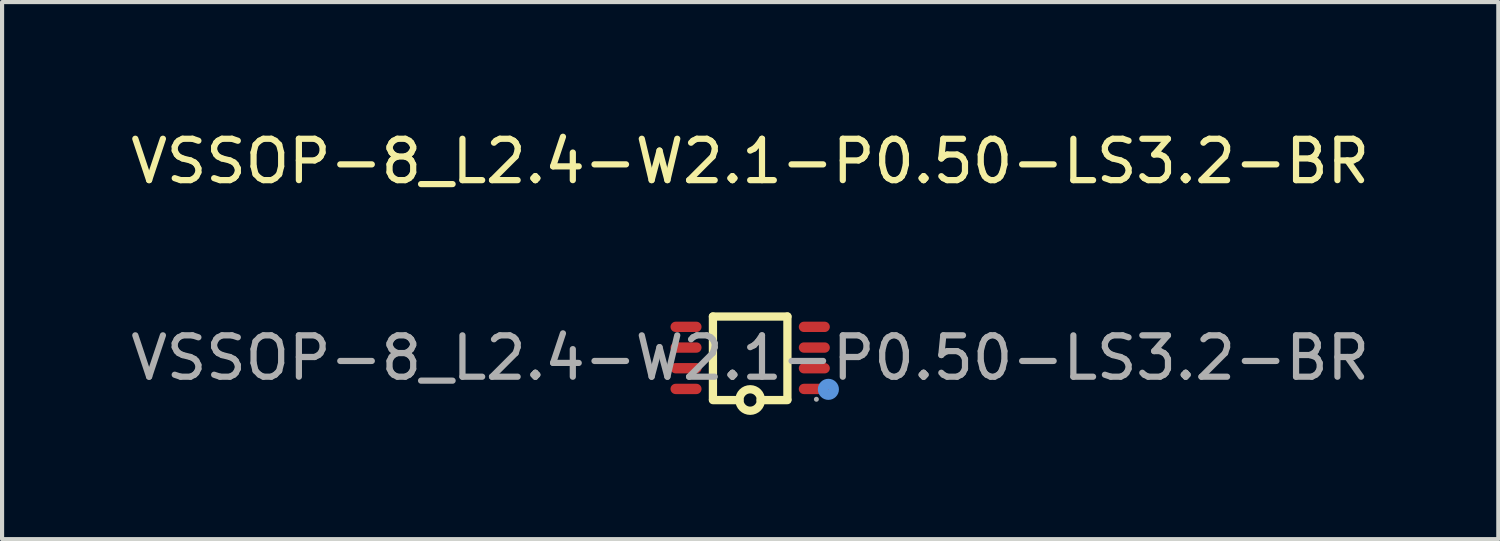
<source format=kicad_pcb>
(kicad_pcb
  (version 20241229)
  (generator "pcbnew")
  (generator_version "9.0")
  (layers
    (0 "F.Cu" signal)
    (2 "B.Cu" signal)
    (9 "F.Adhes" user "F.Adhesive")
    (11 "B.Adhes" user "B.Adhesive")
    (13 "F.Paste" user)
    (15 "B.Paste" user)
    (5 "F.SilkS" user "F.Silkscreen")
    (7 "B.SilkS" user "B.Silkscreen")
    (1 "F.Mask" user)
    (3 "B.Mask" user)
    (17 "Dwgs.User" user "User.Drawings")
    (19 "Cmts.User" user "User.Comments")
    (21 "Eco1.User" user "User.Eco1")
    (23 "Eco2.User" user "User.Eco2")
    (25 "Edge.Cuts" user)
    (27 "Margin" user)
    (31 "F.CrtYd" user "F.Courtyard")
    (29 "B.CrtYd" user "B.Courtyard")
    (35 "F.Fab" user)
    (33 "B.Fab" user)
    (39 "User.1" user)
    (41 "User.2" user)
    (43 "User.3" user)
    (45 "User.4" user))
  (footprint "VSSOP-8_L2.4-W2.1-P0.50-LS3.2-BR"
    (layer "F.Cu")
    (at 15.077 5.598)
    (property "Reference" "VSSOP-8_L2.4-W2.1-P0.50-LS3.2-BR" (at 0 -4.75 0) (layer "F.SilkS") (effects (font (size 1 1) (thickness 0.15))))
    (attr smd)
    (fp_line (start -0.9 -1) (end -0.9 1) (stroke (width 0.2) (type solid)) (layer "F.SilkS"))
    (fp_line (start -0.26 1.02) (end -0.9 1.02) (stroke (width 0.2) (type solid)) (layer "F.SilkS"))
    (fp_line (start 0.25 1.02) (end 0.9 1.02) (stroke (width 0.2) (type solid)) (layer "F.SilkS"))
    (fp_line (start 0.9 -1) (end -0.9 -1) (stroke (width 0.2) (type solid)) (layer "F.SilkS"))
    (fp_line (start 0.9 1) (end 0.9 -1) (stroke (width 0.2) (type solid)) (layer "F.SilkS"))
    (fp_arc (start -0.25996 1.015462) (mid 0.25999 1.022269) (end -0.26 1.02) (stroke (width 0.2) (type solid)) (layer "F.SilkS"))
    (fp_circle (center 1.89 0.76) (end 2.02 0.76) (stroke (width 0.25) (type solid)) (fill no) (layer "Cmts.User"))
    (fp_circle (center 1.6 1) (end 1.63 1) (stroke (width 0.06) (type solid)) (fill no) (layer "F.Fab"))
    (fp_text user "${REFERENCE}" (at 0 0 0) (layer "F.Fab") (effects (font (size 1 1) (thickness 0.15))))
    (pad "1" smd oval (at 1.55 0.75) (size 0.75 0.25) (layers "F.Cu" "F.Mask" "F.Paste"))
    (pad "2" smd oval (at 1.55 0.25) (size 0.75 0.25) (layers "F.Cu" "F.Mask" "F.Paste"))
    (pad "3" smd oval (at 1.55 -0.25) (size 0.75 0.25) (layers "F.Cu" "F.Mask" "F.Paste"))
    (pad "4" smd oval (at 1.55 -0.75) (size 0.75 0.25) (layers "F.Cu" "F.Mask" "F.Paste"))
    (pad "5" smd oval (at -1.55 -0.75) (size 0.75 0.25) (layers "F.Cu" "F.Mask" "F.Paste"))
    (pad "6" smd oval (at -1.55 -0.25) (size 0.75 0.25) (layers "F.Cu" "F.Mask" "F.Paste"))
    (pad "7" smd oval (at -1.55 0.25) (size 0.75 0.25) (layers "F.Cu" "F.Mask" "F.Paste"))
    (pad "8" smd oval (at -1.55 0.75) (size 0.75 0.25) (layers "F.Cu" "F.Mask" "F.Paste")))
  (gr_rect
    (start -3 -3)
    (end 33.155 9.978)
    (stroke (width 0.1) (type default))
    (fill no)
    (layer "Edge.Cuts")))
</source>
